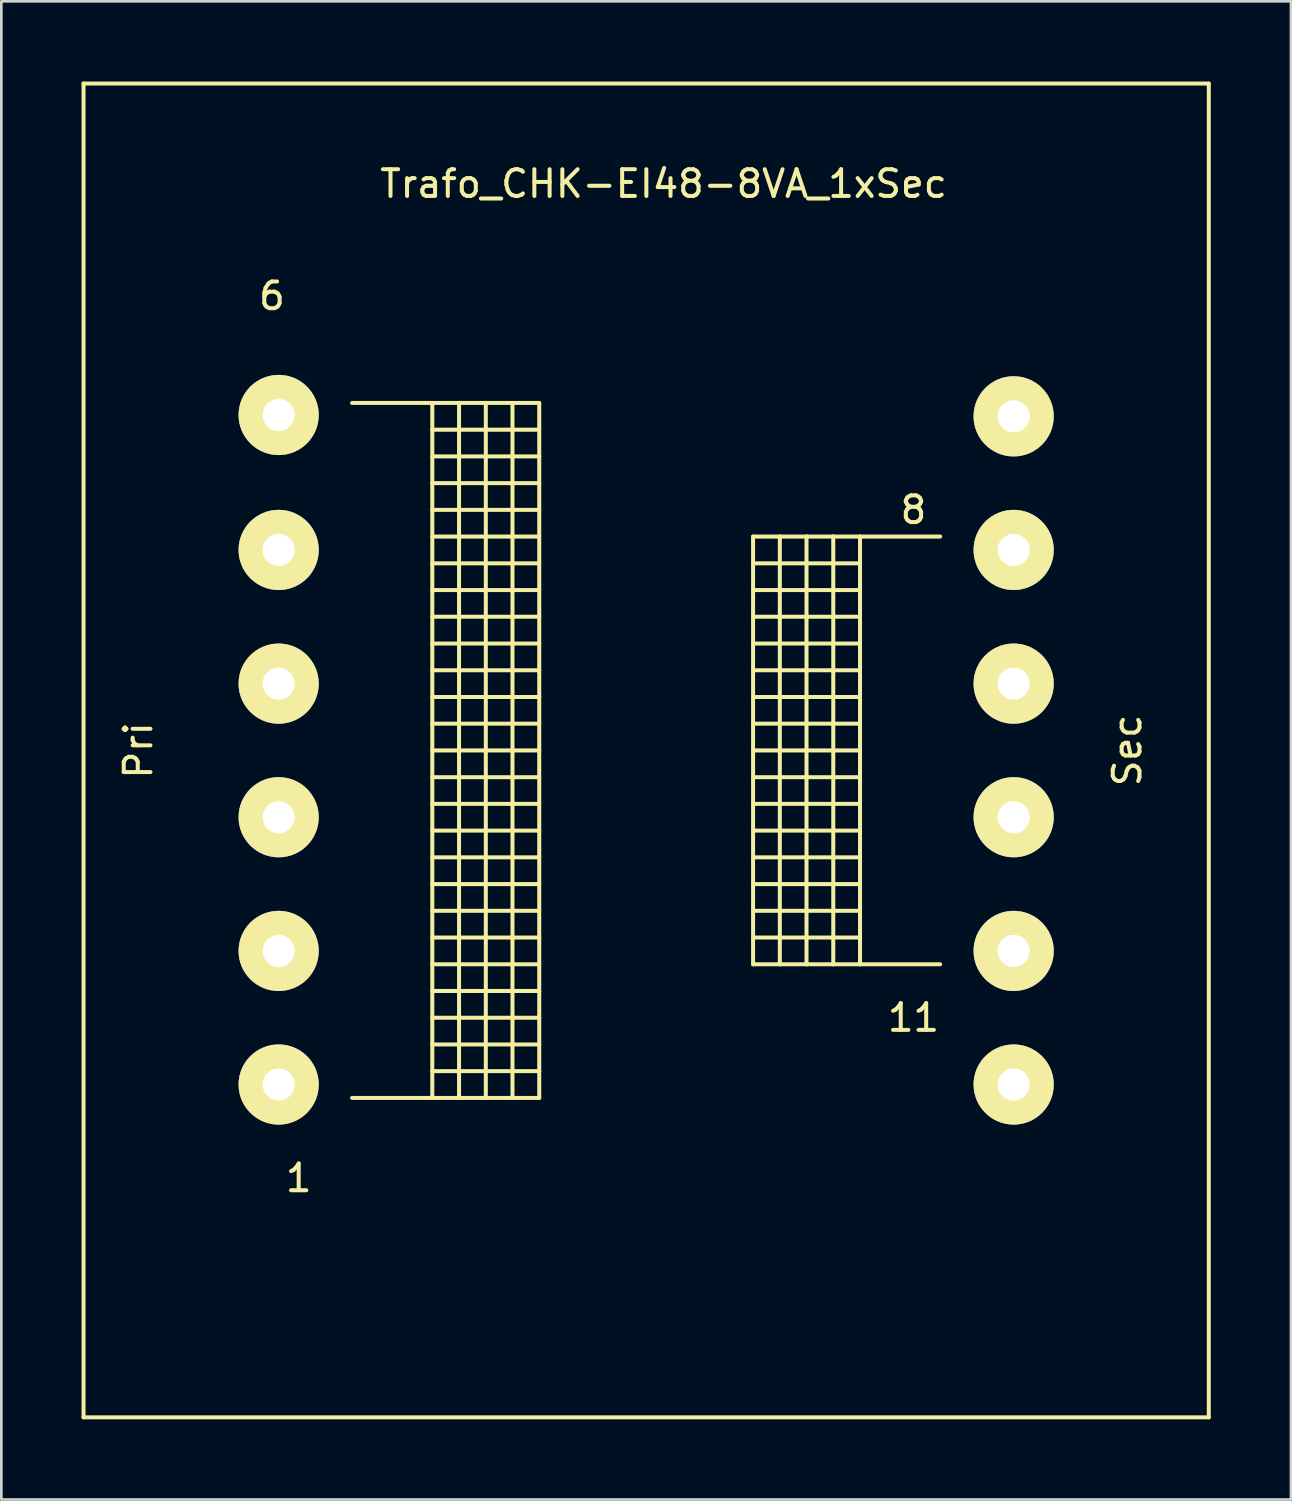
<source format=kicad_pcb>
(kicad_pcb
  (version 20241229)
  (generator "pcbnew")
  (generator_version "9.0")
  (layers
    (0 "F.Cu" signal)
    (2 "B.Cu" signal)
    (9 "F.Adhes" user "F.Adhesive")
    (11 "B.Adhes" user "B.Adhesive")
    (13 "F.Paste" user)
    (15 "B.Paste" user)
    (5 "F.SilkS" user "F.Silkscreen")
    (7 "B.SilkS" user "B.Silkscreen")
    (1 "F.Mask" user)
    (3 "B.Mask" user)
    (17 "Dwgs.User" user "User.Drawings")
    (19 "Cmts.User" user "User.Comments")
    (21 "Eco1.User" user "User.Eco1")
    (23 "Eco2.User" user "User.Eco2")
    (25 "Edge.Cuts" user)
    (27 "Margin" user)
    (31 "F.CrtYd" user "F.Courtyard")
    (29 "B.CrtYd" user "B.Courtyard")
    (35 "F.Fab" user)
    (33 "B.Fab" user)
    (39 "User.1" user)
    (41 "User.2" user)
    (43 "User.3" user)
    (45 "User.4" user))
  (footprint "Trafo_CHK-EI48-8VA_1xSec"
    (layer "F.Cu")
    (at 21.124 25.025)
    (property "Reference" "Trafo_CHK-EI48-8VA_1xSec" (at 0.65 -21.199 0) (layer "F.SilkS") (effects (font (size 1 1) (thickness 0.15))))
    (attr through_hole)
    (fp_line (start -21.049 -24.95) (end 21.049 -24.95) (stroke (width 0.15) (type solid)) (layer "F.SilkS"))
    (fp_line (start -21.049 24.95) (end -21.049 -24.95) (stroke (width 0.15) (type solid)) (layer "F.SilkS"))
    (fp_line (start -11.001 -13) (end -8.001 -13) (stroke (width 0.15) (type solid)) (layer "F.SilkS"))
    (fp_line (start -8.001 -13) (end -8.001 13) (stroke (width 0.15) (type solid)) (layer "F.SilkS"))
    (fp_line (start -8.001 -13) (end -7 -13) (stroke (width 0.15) (type solid)) (layer "F.SilkS"))
    (fp_line (start -8.001 -11.999) (end -4 -11.999) (stroke (width 0.15) (type solid)) (layer "F.SilkS"))
    (fp_line (start -8.001 -11.001) (end -4 -11.001) (stroke (width 0.15) (type solid)) (layer "F.SilkS"))
    (fp_line (start -8.001 -10) (end -4 -10) (stroke (width 0.15) (type solid)) (layer "F.SilkS"))
    (fp_line (start -8.001 -8.999) (end -4 -8.999) (stroke (width 0.15) (type solid)) (layer "F.SilkS"))
    (fp_line (start -8.001 -8.001) (end -4 -8.001) (stroke (width 0.15) (type solid)) (layer "F.SilkS"))
    (fp_line (start -8.001 -7) (end -4 -7) (stroke (width 0.15) (type solid)) (layer "F.SilkS"))
    (fp_line (start -8.001 -5.999) (end -4 -5.999) (stroke (width 0.15) (type solid)) (layer "F.SilkS"))
    (fp_line (start -8.001 -5.001) (end -4 -5.001) (stroke (width 0.15) (type solid)) (layer "F.SilkS"))
    (fp_line (start -8.001 -4) (end -4 -4) (stroke (width 0.15) (type solid)) (layer "F.SilkS"))
    (fp_line (start -8.001 -3) (end -4 -3) (stroke (width 0.15) (type solid)) (layer "F.SilkS"))
    (fp_line (start -8.001 -1.999) (end -4 -1.999) (stroke (width 0.15) (type solid)) (layer "F.SilkS"))
    (fp_line (start -8.001 -1.001) (end -4 -1.001) (stroke (width 0.15) (type solid)) (layer "F.SilkS"))
    (fp_line (start -8.001 0) (end -4 0) (stroke (width 0.15) (type solid)) (layer "F.SilkS"))
    (fp_line (start -8.001 1.001) (end -4 1.001) (stroke (width 0.15) (type solid)) (layer "F.SilkS"))
    (fp_line (start -8.001 1.999) (end -4 1.999) (stroke (width 0.15) (type solid)) (layer "F.SilkS"))
    (fp_line (start -8.001 3) (end -4 3) (stroke (width 0.15) (type solid)) (layer "F.SilkS"))
    (fp_line (start -8.001 4) (end -4 4) (stroke (width 0.15) (type solid)) (layer "F.SilkS"))
    (fp_line (start -8.001 5.001) (end -4 5.001) (stroke (width 0.15) (type solid)) (layer "F.SilkS"))
    (fp_line (start -8.001 5.999) (end -4 5.999) (stroke (width 0.15) (type solid)) (layer "F.SilkS"))
    (fp_line (start -8.001 7) (end -4 7) (stroke (width 0.15) (type solid)) (layer "F.SilkS"))
    (fp_line (start -8.001 8.001) (end -4 8.001) (stroke (width 0.15) (type solid)) (layer "F.SilkS"))
    (fp_line (start -8.001 8.999) (end -4 8.999) (stroke (width 0.15) (type solid)) (layer "F.SilkS"))
    (fp_line (start -8.001 10) (end -4 10) (stroke (width 0.15) (type solid)) (layer "F.SilkS"))
    (fp_line (start -8.001 11.001) (end -4 11.001) (stroke (width 0.15) (type solid)) (layer "F.SilkS"))
    (fp_line (start -8.001 11.999) (end -4 11.999) (stroke (width 0.15) (type solid)) (layer "F.SilkS"))
    (fp_line (start -8.001 13) (end -11.001 13) (stroke (width 0.15) (type solid)) (layer "F.SilkS"))
    (fp_line (start -7 -13) (end -7 13) (stroke (width 0.15) (type solid)) (layer "F.SilkS"))
    (fp_line (start -7 -13) (end -5.999 -13) (stroke (width 0.15) (type solid)) (layer "F.SilkS"))
    (fp_line (start -7 13) (end -8.001 13) (stroke (width 0.15) (type solid)) (layer "F.SilkS"))
    (fp_line (start -5.999 -13) (end -5.999 13) (stroke (width 0.15) (type solid)) (layer "F.SilkS"))
    (fp_line (start -5.999 -13) (end -5.001 -13) (stroke (width 0.15) (type solid)) (layer "F.SilkS"))
    (fp_line (start -5.999 13) (end -7 13) (stroke (width 0.15) (type solid)) (layer "F.SilkS"))
    (fp_line (start -5.001 -13) (end -5.001 13) (stroke (width 0.15) (type solid)) (layer "F.SilkS"))
    (fp_line (start -5.001 -13) (end -4 -13) (stroke (width 0.15) (type solid)) (layer "F.SilkS"))
    (fp_line (start -5.001 13) (end -5.999 13) (stroke (width 0.15) (type solid)) (layer "F.SilkS"))
    (fp_line (start -4 -13) (end -4 13) (stroke (width 0.15) (type solid)) (layer "F.SilkS"))
    (fp_line (start -4 13) (end -5.001 13) (stroke (width 0.15) (type solid)) (layer "F.SilkS"))
    (fp_line (start 4 -8.001) (end 4 8.001) (stroke (width 0.15) (type solid)) (layer "F.SilkS"))
    (fp_line (start 4 -7) (end 8.001 -7) (stroke (width 0.15) (type solid)) (layer "F.SilkS"))
    (fp_line (start 4 -5.999) (end 8.001 -5.999) (stroke (width 0.15) (type solid)) (layer "F.SilkS"))
    (fp_line (start 4 -5.001) (end 8.001 -5.001) (stroke (width 0.15) (type solid)) (layer "F.SilkS"))
    (fp_line (start 4 -4) (end 8.001 -4) (stroke (width 0.15) (type solid)) (layer "F.SilkS"))
    (fp_line (start 4 -3) (end 8.001 -3) (stroke (width 0.15) (type solid)) (layer "F.SilkS"))
    (fp_line (start 4 -1.999) (end 8.001 -1.999) (stroke (width 0.15) (type solid)) (layer "F.SilkS"))
    (fp_line (start 4 -1.001) (end 8.001 -1.001) (stroke (width 0.15) (type solid)) (layer "F.SilkS"))
    (fp_line (start 4 0) (end 8.001 0) (stroke (width 0.15) (type solid)) (layer "F.SilkS"))
    (fp_line (start 4 1.001) (end 8.001 1.001) (stroke (width 0.15) (type solid)) (layer "F.SilkS"))
    (fp_line (start 4 1.999) (end 8.001 1.999) (stroke (width 0.15) (type solid)) (layer "F.SilkS"))
    (fp_line (start 4 3) (end 8.001 3) (stroke (width 0.15) (type solid)) (layer "F.SilkS"))
    (fp_line (start 4 4) (end 8.001 4) (stroke (width 0.15) (type solid)) (layer "F.SilkS"))
    (fp_line (start 4 5.001) (end 8.001 5.001) (stroke (width 0.15) (type solid)) (layer "F.SilkS"))
    (fp_line (start 4 5.999) (end 8.001 5.999) (stroke (width 0.15) (type solid)) (layer "F.SilkS"))
    (fp_line (start 4 7) (end 8.001 7) (stroke (width 0.15) (type solid)) (layer "F.SilkS"))
    (fp_line (start 4 8.001) (end 5.001 8.001) (stroke (width 0.15) (type solid)) (layer "F.SilkS"))
    (fp_line (start 5.001 -8.001) (end 4 -8.001) (stroke (width 0.15) (type solid)) (layer "F.SilkS"))
    (fp_line (start 5.001 -8.001) (end 5.001 8.001) (stroke (width 0.15) (type solid)) (layer "F.SilkS"))
    (fp_line (start 5.001 8.001) (end 5.999 8.001) (stroke (width 0.15) (type solid)) (layer "F.SilkS"))
    (fp_line (start 5.999 -8.001) (end 5.001 -8.001) (stroke (width 0.15) (type solid)) (layer "F.SilkS"))
    (fp_line (start 5.999 -8.001) (end 5.999 8.001) (stroke (width 0.15) (type solid)) (layer "F.SilkS"))
    (fp_line (start 5.999 8.001) (end 7 8.001) (stroke (width 0.15) (type solid)) (layer "F.SilkS"))
    (fp_line (start 7 -8.001) (end 5.999 -8.001) (stroke (width 0.15) (type solid)) (layer "F.SilkS"))
    (fp_line (start 7 -8.001) (end 7 8.001) (stroke (width 0.15) (type solid)) (layer "F.SilkS"))
    (fp_line (start 7 8.001) (end 8.001 8.001) (stroke (width 0.15) (type solid)) (layer "F.SilkS"))
    (fp_line (start 8.001 -8.001) (end 7 -8.001) (stroke (width 0.15) (type solid)) (layer "F.SilkS"))
    (fp_line (start 8.001 -8.001) (end 8.001 8.001) (stroke (width 0.15) (type solid)) (layer "F.SilkS"))
    (fp_line (start 8.001 8.001) (end 11.001 8.001) (stroke (width 0.15) (type solid)) (layer "F.SilkS"))
    (fp_line (start 11.001 -8.001) (end 8.001 -8.001) (stroke (width 0.15) (type solid)) (layer "F.SilkS"))
    (fp_line (start 21.049 -24.95) (end 21.049 24.95) (stroke (width 0.15) (type solid)) (layer "F.SilkS"))
    (fp_line (start 21.049 24.95) (end -21.049 24.95) (stroke (width 0.15) (type solid)) (layer "F.SilkS"))
    (fp_text user "6" (at -14 -17 0) (layer "F.SilkS") (effects (font (size 1 1) (thickness 0.15))))
    (fp_text user "1" (at -13 15.999 0) (layer "F.SilkS") (effects (font (size 1 1) (thickness 0.15))))
    (fp_text user "11" (at 10 10 0) (layer "F.SilkS") (effects (font (size 1 1) (thickness 0.15))))
    (fp_text user "Pri" (at -18.999 0 90) (layer "F.SilkS") (effects (font (size 1 1) (thickness 0.15))))
    (fp_text user "Sec" (at 18.001 0 90) (layer "F.SilkS") (effects (font (size 1 1) (thickness 0.15))))
    (fp_text user "8" (at 10 -8.999 0) (layer "F.SilkS") (effects (font (size 1 1) (thickness 0.15))))
    (pad "1" thru_hole circle (at -13.749 12.499) (size 3 3) (drill 1.199) (layers "*.Cu" "*.Mask" "F.SilkS"))
    (pad "2" thru_hole circle (at -13.749 7.501) (size 3 3) (drill 1.199) (layers "*.Cu" "*.Mask" "F.SilkS"))
    (pad "3" thru_hole circle (at -13.749 2.499) (size 3 3) (drill 1.199) (layers "*.Cu" "*.Mask" "F.SilkS"))
    (pad "4" thru_hole circle (at -13.749 -2.499) (size 3 3) (drill 1.199) (layers "*.Cu" "*.Mask" "F.SilkS"))
    (pad "5" thru_hole circle (at -13.749 -7.501) (size 3 3) (drill 1.199) (layers "*.Cu" "*.Mask" "F.SilkS"))
    (pad "6" thru_hole circle (at -13.749 -12.55) (size 3 3) (drill 1.199) (layers "*.Cu" "*.Mask" "F.SilkS"))
    (pad "7" thru_hole circle (at 13.749 -12.499) (size 3 3) (drill 1.199) (layers "*.Cu" "*.Mask" "F.SilkS"))
    (pad "8" thru_hole circle (at 13.749 -7.501) (size 3 3) (drill 1.199) (layers "*.Cu" "*.Mask" "F.SilkS"))
    (pad "9" thru_hole circle (at 13.749 -2.499) (size 3 3) (drill 1.199) (layers "*.Cu" "*.Mask" "F.SilkS"))
    (pad "10" thru_hole circle (at 13.749 2.499) (size 3 3) (drill 1.199) (layers "*.Cu" "*.Mask" "F.SilkS"))
    (pad "11" thru_hole circle (at 13.749 7.501) (size 3 3) (drill 1.199) (layers "*.Cu" "*.Mask" "F.SilkS"))
    (pad "12" thru_hole circle (at 13.749 12.499) (size 3 3) (drill 1.199) (layers "*.Cu" "*.Mask" "F.SilkS")))
  (gr_rect
    (start -3 -3)
    (end 45.248 53.051)
    (stroke (width 0.1) (type default))
    (fill no)
    (layer "Edge.Cuts")))
</source>
